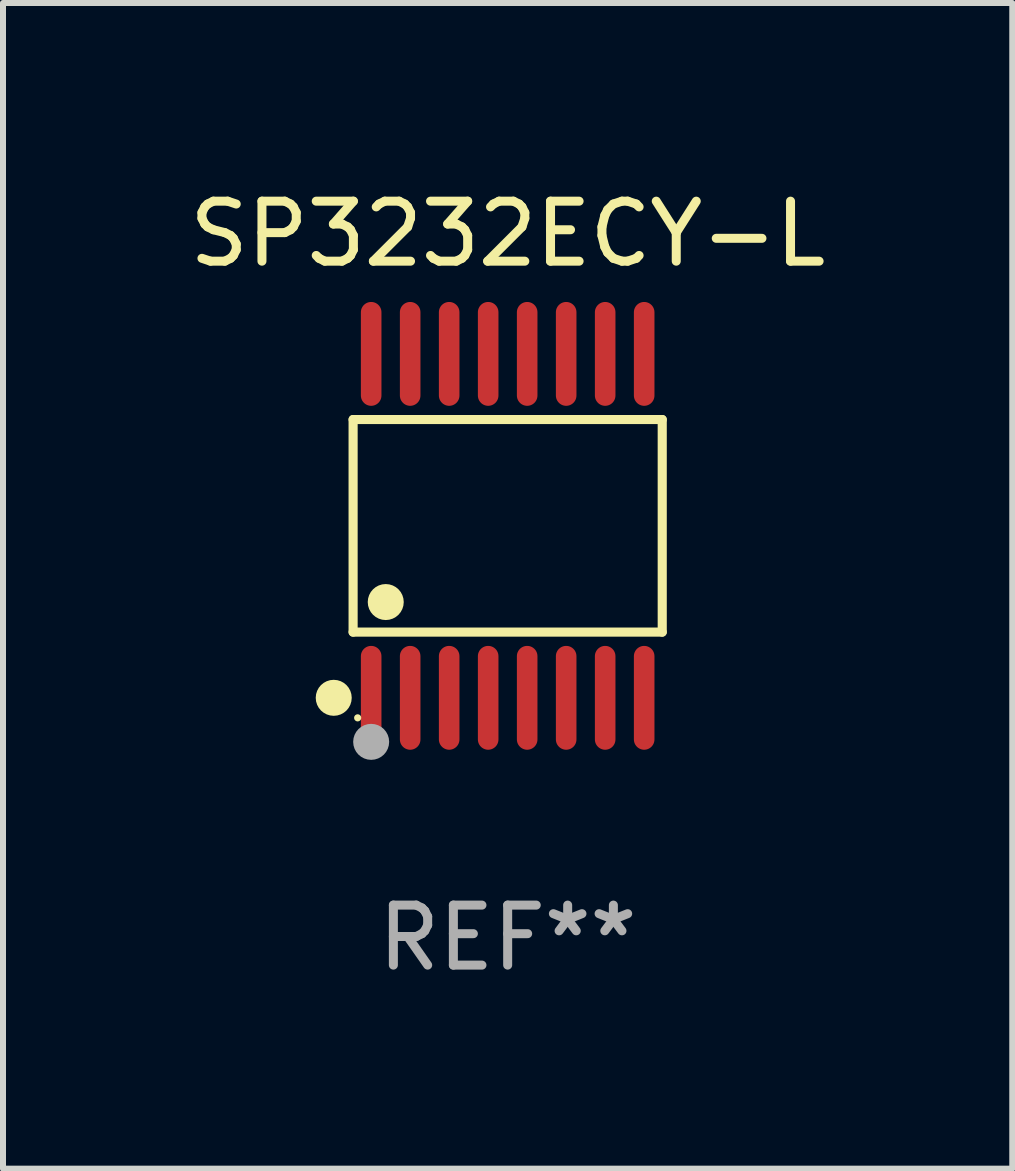
<source format=kicad_pcb>
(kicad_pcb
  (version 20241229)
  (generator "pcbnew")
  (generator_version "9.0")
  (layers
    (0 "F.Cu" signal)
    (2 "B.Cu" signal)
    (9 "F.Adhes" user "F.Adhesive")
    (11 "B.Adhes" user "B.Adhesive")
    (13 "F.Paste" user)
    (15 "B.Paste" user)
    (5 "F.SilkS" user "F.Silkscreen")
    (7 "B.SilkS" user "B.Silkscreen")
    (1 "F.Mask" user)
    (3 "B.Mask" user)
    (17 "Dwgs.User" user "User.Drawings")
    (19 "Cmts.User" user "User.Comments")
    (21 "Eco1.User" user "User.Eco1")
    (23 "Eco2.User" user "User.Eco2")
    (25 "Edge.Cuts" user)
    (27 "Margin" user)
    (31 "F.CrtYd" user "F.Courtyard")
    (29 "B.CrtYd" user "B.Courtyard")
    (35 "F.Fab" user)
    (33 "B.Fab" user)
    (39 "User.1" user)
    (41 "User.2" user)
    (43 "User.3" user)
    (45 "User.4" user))
  (footprint "SP3232ECY-L"
    (layer "F.Cu")
    (at 5.411 5.714)
    (property "Reference" "SP3232ECY-L" (at 0 -4.866 0) (layer "F.SilkS") (effects (font (size 1 1) (thickness 0.15))))
    (attr through_hole)
    (fp_line (start -2.576 -1.772) (end 2.576 -1.772) (stroke (width 0.152) (type solid)) (layer "F.SilkS"))
    (fp_line (start -2.576 1.771) (end -2.576 -1.772) (stroke (width 0.152) (type solid)) (layer "F.SilkS"))
    (fp_line (start 2.576 -1.772) (end 2.576 1.771) (stroke (width 0.152) (type solid)) (layer "F.SilkS"))
    (fp_line (start 2.576 1.771) (end -2.576 1.771) (stroke (width 0.152) (type solid)) (layer "F.SilkS"))
    (fp_circle (center -2.899 2.866) (end -2.749 2.866) (stroke (width 0.3) (type solid)) (fill no) (layer "F.SilkS"))
    (fp_circle (center -2.5 3.2) (end -2.47 3.2) (stroke (width 0.06) (type solid)) (fill no) (layer "F.SilkS"))
    (fp_circle (center -2.032 1.27) (end -1.882 1.27) (stroke (width 0.3) (type solid)) (fill no) (layer "F.SilkS"))
    (fp_circle (center -2.275 3.6) (end -2.125 3.6) (stroke (width 0.3) (type solid)) (fill no) (layer "F.Fab"))
    (fp_text user "REF**" (at 0 6.866 0) (layer "F.Fab") (effects (font (size 1 1) (thickness 0.15))))
    (pad "1" smd oval (at -2.275 2.866) (size 0.343 1.731) (layers "F.Cu" "F.Mask" "F.Paste"))
    (pad "2" smd oval (at -1.625 2.866) (size 0.343 1.731) (layers "F.Cu" "F.Mask" "F.Paste"))
    (pad "3" smd oval (at -0.975 2.866) (size 0.343 1.731) (layers "F.Cu" "F.Mask" "F.Paste"))
    (pad "4" smd oval (at -0.325 2.866) (size 0.343 1.731) (layers "F.Cu" "F.Mask" "F.Paste"))
    (pad "5" smd oval (at 0.325 2.866) (size 0.343 1.731) (layers "F.Cu" "F.Mask" "F.Paste"))
    (pad "6" smd oval (at 0.975 2.866) (size 0.343 1.731) (layers "F.Cu" "F.Mask" "F.Paste"))
    (pad "7" smd oval (at 1.625 2.866) (size 0.343 1.731) (layers "F.Cu" "F.Mask" "F.Paste"))
    (pad "8" smd oval (at 2.275 2.866) (size 0.343 1.731) (layers "F.Cu" "F.Mask" "F.Paste"))
    (pad "9" smd oval (at 2.275 -2.866) (size 0.343 1.731) (layers "F.Cu" "F.Mask" "F.Paste"))
    (pad "10" smd oval (at 1.625 -2.866) (size 0.343 1.731) (layers "F.Cu" "F.Mask" "F.Paste"))
    (pad "11" smd oval (at 0.975 -2.866) (size 0.343 1.731) (layers "F.Cu" "F.Mask" "F.Paste"))
    (pad "12" smd oval (at 0.325 -2.866) (size 0.343 1.731) (layers "F.Cu" "F.Mask" "F.Paste"))
    (pad "13" smd oval (at -0.325 -2.866) (size 0.343 1.731) (layers "F.Cu" "F.Mask" "F.Paste"))
    (pad "14" smd oval (at -0.975 -2.866) (size 0.343 1.731) (layers "F.Cu" "F.Mask" "F.Paste"))
    (pad "15" smd oval (at -1.625 -2.866) (size 0.343 1.731) (layers "F.Cu" "F.Mask" "F.Paste"))
    (pad "16" smd oval (at -2.275 -2.866) (size 0.343 1.731) (layers "F.Cu" "F.Mask" "F.Paste")))
  (gr_rect
    (start -3 -3)
    (end 13.821 16.428)
    (stroke (width 0.1) (type default))
    (fill no)
    (layer "Edge.Cuts")))
</source>
